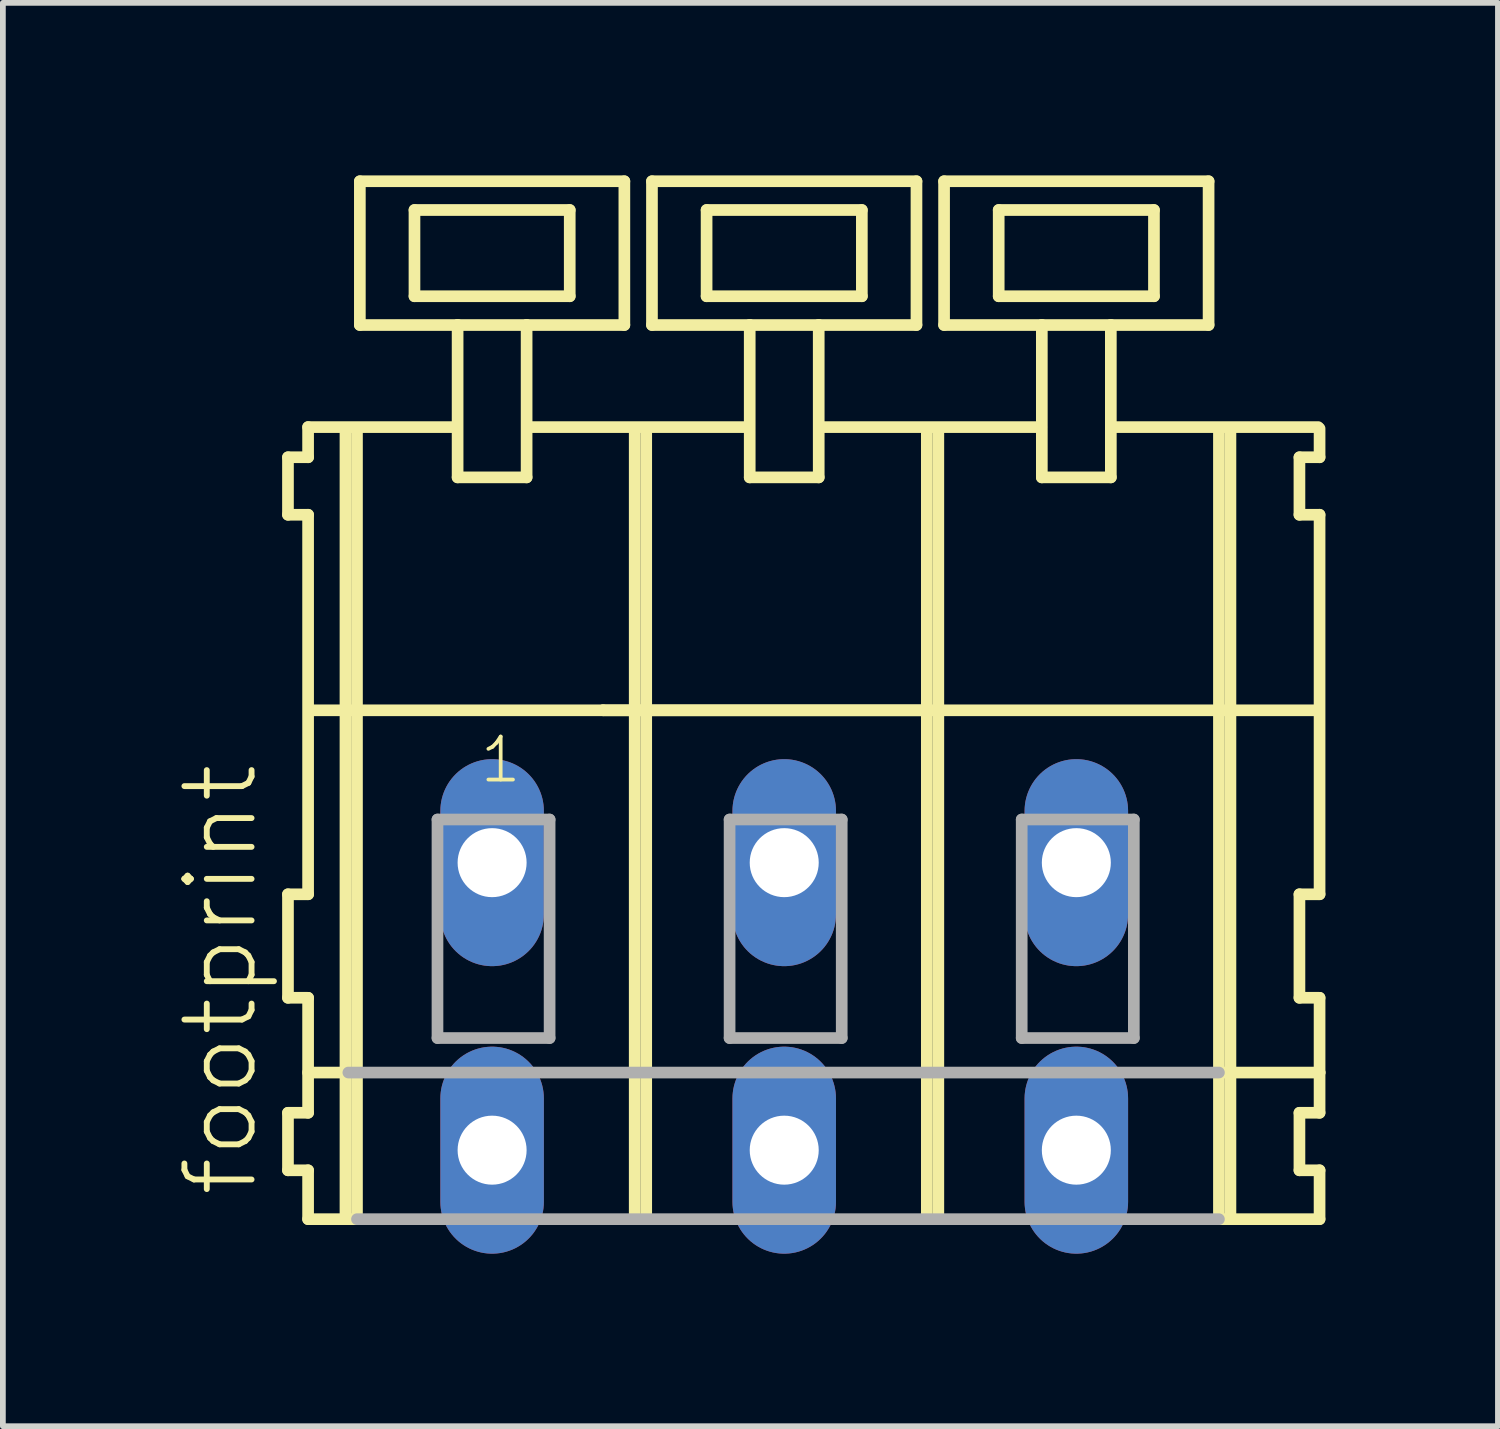
<source format=kicad_pcb>
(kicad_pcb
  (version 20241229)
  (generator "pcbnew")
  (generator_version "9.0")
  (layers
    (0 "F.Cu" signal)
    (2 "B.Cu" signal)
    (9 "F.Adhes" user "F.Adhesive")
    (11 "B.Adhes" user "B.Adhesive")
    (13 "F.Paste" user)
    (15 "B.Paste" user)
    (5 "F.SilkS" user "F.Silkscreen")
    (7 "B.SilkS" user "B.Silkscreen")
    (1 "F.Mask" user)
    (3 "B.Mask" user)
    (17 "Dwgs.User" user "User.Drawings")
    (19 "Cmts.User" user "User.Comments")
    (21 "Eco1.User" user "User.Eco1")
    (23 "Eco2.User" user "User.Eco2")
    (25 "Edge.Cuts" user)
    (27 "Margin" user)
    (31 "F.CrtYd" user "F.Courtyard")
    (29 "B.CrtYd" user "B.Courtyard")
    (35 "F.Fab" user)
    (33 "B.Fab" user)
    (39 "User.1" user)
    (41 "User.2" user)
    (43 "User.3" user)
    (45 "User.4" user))
  (footprint "footprint"
    (layer "F.Cu")
    (at 8.048 11.952)
    (property "Reference" "footprint" (at -6.575 5.855 90) (layer "F.SilkS") (effects (font (size 1.168 1.168) (thickness 0.102)) (justify left bottom)))
    (fp_line (start -6.09 -7.05) (end -6.09 -6.05) (stroke (width 0.203) (type solid)) (layer "F.SilkS"))
    (fp_line (start -6.09 -6.05) (end -5.74 -6.05) (stroke (width 0.203) (type solid)) (layer "F.SilkS"))
    (fp_line (start -6.09 0.55) (end -6.09 2.35) (stroke (width 0.203) (type solid)) (layer "F.SilkS"))
    (fp_line (start -6.09 2.35) (end -5.74 2.35) (stroke (width 0.203) (type solid)) (layer "F.SilkS"))
    (fp_line (start -6.09 4.35) (end -6.09 5.35) (stroke (width 0.203) (type solid)) (layer "F.SilkS"))
    (fp_line (start -6.09 5.35) (end -5.74 5.35) (stroke (width 0.203) (type solid)) (layer "F.SilkS"))
    (fp_line (start -5.74 -7.575) (end -5.74 -7.05) (stroke (width 0.203) (type solid)) (layer "F.SilkS"))
    (fp_line (start -5.74 -7.575) (end -3.165 -7.575) (stroke (width 0.203) (type solid)) (layer "F.SilkS"))
    (fp_line (start -5.74 -7.05) (end -6.09 -7.05) (stroke (width 0.203) (type solid)) (layer "F.SilkS"))
    (fp_line (start -5.74 -6.05) (end -5.74 0.55) (stroke (width 0.203) (type solid)) (layer "F.SilkS"))
    (fp_line (start -5.74 0.55) (end -6.09 0.55) (stroke (width 0.203) (type solid)) (layer "F.SilkS"))
    (fp_line (start -5.74 2.35) (end -5.74 4.35) (stroke (width 0.203) (type solid)) (layer "F.SilkS"))
    (fp_line (start -5.74 3.65) (end -5.04 3.65) (stroke (width 0.203) (type solid)) (layer "F.SilkS"))
    (fp_line (start -5.74 4.35) (end -6.09 4.35) (stroke (width 0.203) (type solid)) (layer "F.SilkS"))
    (fp_line (start -5.74 5.35) (end -5.74 6.2) (stroke (width 0.203) (type solid)) (layer "F.SilkS"))
    (fp_line (start -5.74 6.2) (end -5.09 6.2) (stroke (width 0.203) (type solid)) (layer "F.SilkS"))
    (fp_line (start -5.69 -2.65) (end -0.61 -2.65) (stroke (width 0.203) (type solid)) (layer "F.SilkS"))
    (fp_line (start -5.09 -7.55) (end -5.09 6.2) (stroke (width 0.203) (type solid)) (layer "F.SilkS"))
    (fp_line (start -5.09 6.2) (end -4.89 6.2) (stroke (width 0.203) (type solid)) (layer "F.SilkS"))
    (fp_line (start -4.89 -7.55) (end -4.89 6.2) (stroke (width 0.203) (type solid)) (layer "F.SilkS"))
    (fp_line (start -4.84 -11.85) (end -4.84 -9.35) (stroke (width 0.203) (type solid)) (layer "F.SilkS"))
    (fp_line (start -4.84 -9.35) (end -3.14 -9.35) (stroke (width 0.203) (type solid)) (layer "F.SilkS"))
    (fp_line (start -3.89 -11.35) (end -3.89 -9.85) (stroke (width 0.203) (type solid)) (layer "F.SilkS"))
    (fp_line (start -3.89 -9.85) (end -1.19 -9.85) (stroke (width 0.203) (type solid)) (layer "F.SilkS"))
    (fp_line (start -3.14 -9.35) (end -3.14 -6.7) (stroke (width 0.203) (type solid)) (layer "F.SilkS"))
    (fp_line (start -3.14 -9.35) (end -1.94 -9.35) (stroke (width 0.203) (type solid)) (layer "F.SilkS"))
    (fp_line (start -3.14 -6.7) (end -1.94 -6.7) (stroke (width 0.203) (type solid)) (layer "F.SilkS"))
    (fp_line (start -1.94 -9.35) (end -0.24 -9.35) (stroke (width 0.203) (type solid)) (layer "F.SilkS"))
    (fp_line (start -1.94 -6.7) (end -1.94 -9.35) (stroke (width 0.203) (type solid)) (layer "F.SilkS"))
    (fp_line (start -1.915 -7.575) (end 1.919 -7.575) (stroke (width 0.203) (type solid)) (layer "F.SilkS"))
    (fp_line (start -1.19 -11.35) (end -3.89 -11.35) (stroke (width 0.203) (type solid)) (layer "F.SilkS"))
    (fp_line (start -1.19 -9.85) (end -1.19 -11.35) (stroke (width 0.203) (type solid)) (layer "F.SilkS"))
    (fp_line (start -0.61 -2.65) (end -0.06 -2.65) (stroke (width 0.203) (type solid)) (layer "F.SilkS"))
    (fp_line (start -0.61 -2.65) (end 5.02 -2.65) (stroke (width 0.203) (type solid)) (layer "F.SilkS"))
    (fp_line (start -0.24 -11.85) (end -4.84 -11.85) (stroke (width 0.203) (type solid)) (layer "F.SilkS"))
    (fp_line (start -0.24 -9.35) (end -0.24 -11.85) (stroke (width 0.203) (type solid)) (layer "F.SilkS"))
    (fp_line (start -0.06 -7.55) (end -0.06 -2.65) (stroke (width 0.203) (type solid)) (layer "F.SilkS"))
    (fp_line (start -0.06 -2.65) (end -0.06 6.2) (stroke (width 0.203) (type solid)) (layer "F.SilkS"))
    (fp_line (start -0.06 -2.65) (end 5.02 -2.65) (stroke (width 0.203) (type solid)) (layer "F.SilkS"))
    (fp_line (start 0.14 -7.55) (end 0.14 6.2) (stroke (width 0.203) (type solid)) (layer "F.SilkS"))
    (fp_line (start 0.24 -11.85) (end 0.24 -9.35) (stroke (width 0.203) (type solid)) (layer "F.SilkS"))
    (fp_line (start 0.24 -9.35) (end 1.94 -9.35) (stroke (width 0.203) (type solid)) (layer "F.SilkS"))
    (fp_line (start 1.19 -11.35) (end 1.19 -9.85) (stroke (width 0.203) (type solid)) (layer "F.SilkS"))
    (fp_line (start 1.19 -9.85) (end 3.89 -9.85) (stroke (width 0.203) (type solid)) (layer "F.SilkS"))
    (fp_line (start 1.94 -9.35) (end 1.94 -6.7) (stroke (width 0.203) (type solid)) (layer "F.SilkS"))
    (fp_line (start 1.94 -9.35) (end 3.14 -9.35) (stroke (width 0.203) (type solid)) (layer "F.SilkS"))
    (fp_line (start 1.94 -6.7) (end 3.14 -6.7) (stroke (width 0.203) (type solid)) (layer "F.SilkS"))
    (fp_line (start 3.14 -9.35) (end 4.84 -9.35) (stroke (width 0.203) (type solid)) (layer "F.SilkS"))
    (fp_line (start 3.14 -6.7) (end 3.14 -9.35) (stroke (width 0.203) (type solid)) (layer "F.SilkS"))
    (fp_line (start 3.165 -7.575) (end 7.01 -7.575) (stroke (width 0.203) (type solid)) (layer "F.SilkS"))
    (fp_line (start 3.89 -11.35) (end 1.19 -11.35) (stroke (width 0.203) (type solid)) (layer "F.SilkS"))
    (fp_line (start 3.89 -9.85) (end 3.89 -11.35) (stroke (width 0.203) (type solid)) (layer "F.SilkS"))
    (fp_line (start 4.84 -11.85) (end 0.24 -11.85) (stroke (width 0.203) (type solid)) (layer "F.SilkS"))
    (fp_line (start 4.84 -9.35) (end 4.84 -11.85) (stroke (width 0.203) (type solid)) (layer "F.SilkS"))
    (fp_line (start 5.02 -7.55) (end 5.02 -2.65) (stroke (width 0.203) (type solid)) (layer "F.SilkS"))
    (fp_line (start 5.02 -2.65) (end 5.02 6.2) (stroke (width 0.203) (type solid)) (layer "F.SilkS"))
    (fp_line (start 5.02 -2.65) (end 10.1 -2.65) (stroke (width 0.203) (type solid)) (layer "F.SilkS"))
    (fp_line (start 5.22 -7.55) (end 5.22 6.2) (stroke (width 0.203) (type solid)) (layer "F.SilkS"))
    (fp_line (start 5.32 -11.85) (end 5.32 -9.35) (stroke (width 0.203) (type solid)) (layer "F.SilkS"))
    (fp_line (start 5.32 -9.35) (end 7.02 -9.35) (stroke (width 0.203) (type solid)) (layer "F.SilkS"))
    (fp_line (start 6.27 -11.35) (end 6.27 -9.85) (stroke (width 0.203) (type solid)) (layer "F.SilkS"))
    (fp_line (start 6.27 -9.85) (end 8.97 -9.85) (stroke (width 0.203) (type solid)) (layer "F.SilkS"))
    (fp_line (start 7.02 -9.35) (end 7.02 -6.7) (stroke (width 0.203) (type solid)) (layer "F.SilkS"))
    (fp_line (start 7.02 -9.35) (end 8.22 -9.35) (stroke (width 0.203) (type solid)) (layer "F.SilkS"))
    (fp_line (start 7.02 -6.7) (end 8.22 -6.7) (stroke (width 0.203) (type solid)) (layer "F.SilkS"))
    (fp_line (start 8.22 -9.35) (end 9.92 -9.35) (stroke (width 0.203) (type solid)) (layer "F.SilkS"))
    (fp_line (start 8.22 -6.7) (end 8.22 -9.35) (stroke (width 0.203) (type solid)) (layer "F.SilkS"))
    (fp_line (start 8.23 -7.575) (end 11.825 -7.575) (stroke (width 0.203) (type solid)) (layer "F.SilkS"))
    (fp_line (start 8.97 -11.35) (end 6.27 -11.35) (stroke (width 0.203) (type solid)) (layer "F.SilkS"))
    (fp_line (start 8.97 -9.85) (end 8.97 -11.35) (stroke (width 0.203) (type solid)) (layer "F.SilkS"))
    (fp_line (start 9.92 -11.85) (end 5.32 -11.85) (stroke (width 0.203) (type solid)) (layer "F.SilkS"))
    (fp_line (start 9.92 -9.35) (end 9.92 -11.85) (stroke (width 0.203) (type solid)) (layer "F.SilkS"))
    (fp_line (start 10.1 -7.55) (end 10.1 -2.65) (stroke (width 0.203) (type solid)) (layer "F.SilkS"))
    (fp_line (start 10.1 -2.65) (end 10.1 6.2) (stroke (width 0.203) (type solid)) (layer "F.SilkS"))
    (fp_line (start 10.1 -2.65) (end 11.8 -2.65) (stroke (width 0.203) (type solid)) (layer "F.SilkS"))
    (fp_line (start 10.1 6.2) (end 11.85 6.2) (stroke (width 0.203) (type solid)) (layer "F.SilkS"))
    (fp_line (start 10.15 3.65) (end 11.85 3.65) (stroke (width 0.203) (type solid)) (layer "F.SilkS"))
    (fp_line (start 10.3 -7.55) (end 10.3 6.2) (stroke (width 0.203) (type solid)) (layer "F.SilkS"))
    (fp_line (start 11.5 -7.05) (end 11.5 -6.05) (stroke (width 0.203) (type solid)) (layer "F.SilkS"))
    (fp_line (start 11.5 -6.05) (end 11.85 -6.05) (stroke (width 0.203) (type solid)) (layer "F.SilkS"))
    (fp_line (start 11.5 0.55) (end 11.5 2.35) (stroke (width 0.203) (type solid)) (layer "F.SilkS"))
    (fp_line (start 11.5 2.35) (end 11.85 2.35) (stroke (width 0.203) (type solid)) (layer "F.SilkS"))
    (fp_line (start 11.5 4.35) (end 11.5 5.35) (stroke (width 0.203) (type solid)) (layer "F.SilkS"))
    (fp_line (start 11.5 5.35) (end 11.85 5.35) (stroke (width 0.203) (type solid)) (layer "F.SilkS"))
    (fp_line (start 11.85 -7.05) (end 11.5 -7.05) (stroke (width 0.203) (type solid)) (layer "F.SilkS"))
    (fp_line (start 11.85 -7.05) (end 11.85 -7.55) (stroke (width 0.203) (type solid)) (layer "F.SilkS"))
    (fp_line (start 11.85 0.55) (end 11.5 0.55) (stroke (width 0.203) (type solid)) (layer "F.SilkS"))
    (fp_line (start 11.85 0.55) (end 11.85 -6.05) (stroke (width 0.203) (type solid)) (layer "F.SilkS"))
    (fp_line (start 11.85 3.65) (end 11.85 2.35) (stroke (width 0.203) (type solid)) (layer "F.SilkS"))
    (fp_line (start 11.85 4.35) (end 11.5 4.35) (stroke (width 0.203) (type solid)) (layer "F.SilkS"))
    (fp_line (start 11.85 4.35) (end 11.85 3.65) (stroke (width 0.203) (type solid)) (layer "F.SilkS"))
    (fp_line (start 11.85 6.2) (end 11.85 5.35) (stroke (width 0.203) (type solid)) (layer "F.SilkS"))
    (fp_line (start -5.04 3.65) (end 10.1 3.65) (stroke (width 0.203) (type solid)) (layer "F.Fab"))
    (fp_line (start -4.89 6.2) (end 10.1 6.2) (stroke (width 0.203) (type solid)) (layer "F.Fab"))
    (fp_line (start -3.49 -0.75) (end -3.49 3.05) (stroke (width 0.203) (type solid)) (layer "F.Fab"))
    (fp_line (start -3.49 3.05) (end -1.54 3.05) (stroke (width 0.203) (type solid)) (layer "F.Fab"))
    (fp_line (start -1.54 -0.75) (end -3.49 -0.75) (stroke (width 0.203) (type solid)) (layer "F.Fab"))
    (fp_line (start -1.54 3.05) (end -1.54 -0.75) (stroke (width 0.203) (type solid)) (layer "F.Fab"))
    (fp_line (start 1.59 -0.75) (end 1.59 3.05) (stroke (width 0.203) (type solid)) (layer "F.Fab"))
    (fp_line (start 1.59 3.05) (end 3.54 3.05) (stroke (width 0.203) (type solid)) (layer "F.Fab"))
    (fp_line (start 3.54 -0.75) (end 1.59 -0.75) (stroke (width 0.203) (type solid)) (layer "F.Fab"))
    (fp_line (start 3.54 3.05) (end 3.54 -0.75) (stroke (width 0.203) (type solid)) (layer "F.Fab"))
    (fp_line (start 6.67 -0.75) (end 6.67 3.05) (stroke (width 0.203) (type solid)) (layer "F.Fab"))
    (fp_line (start 6.67 3.05) (end 8.62 3.05) (stroke (width 0.203) (type solid)) (layer "F.Fab"))
    (fp_line (start 8.62 -0.75) (end 6.67 -0.75) (stroke (width 0.203) (type solid)) (layer "F.Fab"))
    (fp_line (start 8.62 3.05) (end 8.62 -0.75) (stroke (width 0.203) (type solid)) (layer "F.Fab"))
    (fp_text user "1" (at -2.79 -1.35 0) (layer "F.SilkS") (effects (font (size 0.748 0.748) (thickness 0.065)) (justify left bottom)))
    (pad "A1" thru_hole oval (at -2.54 0 90) (size 3.6 1.8) (drill 1.2) (layers "*.Cu" "*.Mask"))
    (pad "A2" thru_hole oval (at 2.54 0 90) (size 3.6 1.8) (drill 1.2) (layers "*.Cu" "*.Mask"))
    (pad "A3" thru_hole oval (at 7.62 0 90) (size 3.6 1.8) (drill 1.2) (layers "*.Cu" "*.Mask"))
    (pad "B1" thru_hole oval (at -2.54 5 90) (size 3.6 1.8) (drill 1.2) (layers "*.Cu" "*.Mask"))
    (pad "B2" thru_hole oval (at 2.54 5 90) (size 3.6 1.8) (drill 1.2) (layers "*.Cu" "*.Mask"))
    (pad "B3" thru_hole oval (at 7.62 5 90) (size 3.6 1.8) (drill 1.2) (layers "*.Cu" "*.Mask")))
  (gr_rect
    (start -3 -3)
    (end 23 21.752)
    (stroke (width 0.1) (type default))
    (fill no)
    (layer "Edge.Cuts")))
</source>
